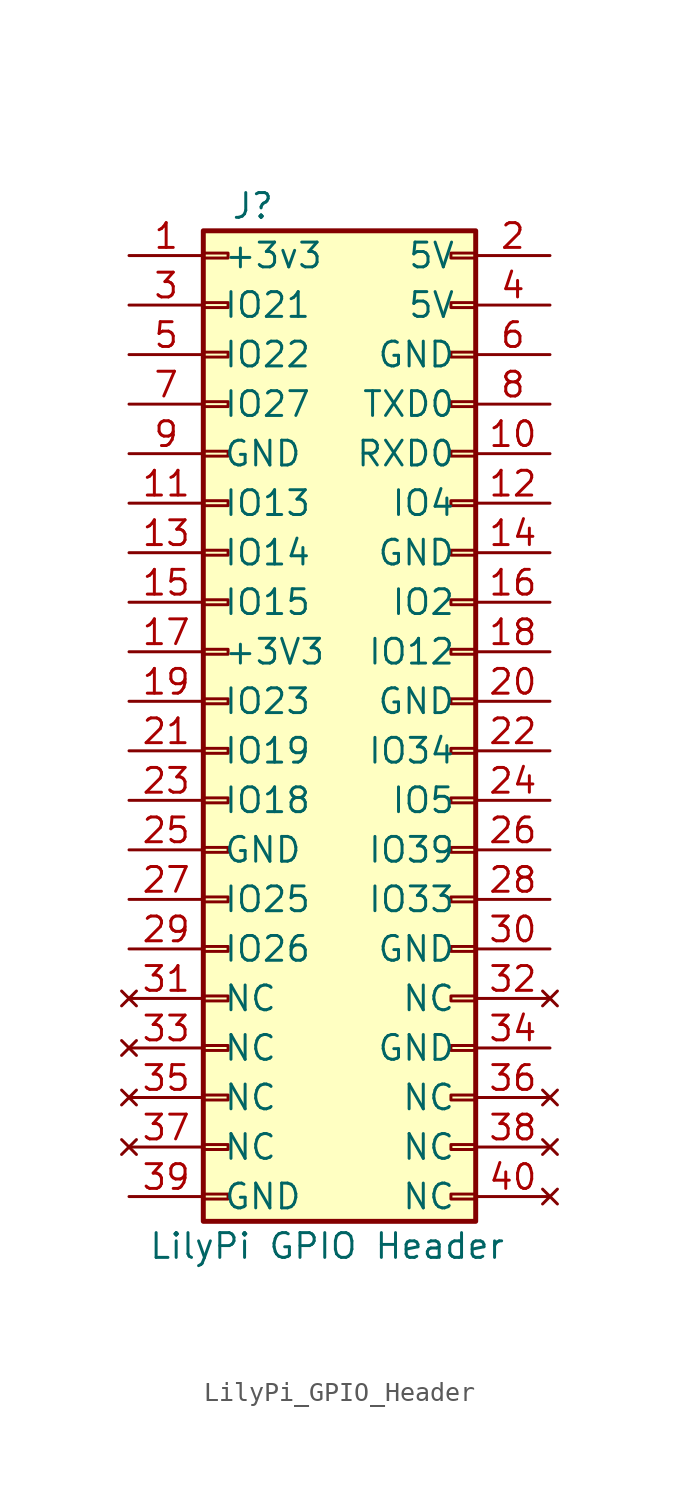
<source format=kicad_sym>
(kicad_symbol_lib
  (version 20220914)
  (generator kicad_symbol_editor)
  (symbol "LilyPi_GPIO_Header"
    (pin_names
      (offset 1.016))
    (property "Reference" "J"
      (at 1.27 25.4 0)
      (effects (font (size 1.27 1.27))))
    (property "Value" "LilyPi GPIO Header"
      (at 5.08 -27.94 0)
      (effects (font (size 1.27 1.27))))
    (symbol "LilyPi_GPIO_Header_1_1"
      (rectangle (start -1.27 -25.273) (end 0 -25.527) (stroke (width 0.152) (type default)) (fill (type none)))
      (rectangle (start -1.27 -22.733) (end 0 -22.987) (stroke (width 0.152) (type default)) (fill (type none)))
      (rectangle (start -1.27 -20.193) (end 0 -20.447) (stroke (width 0.152) (type default)) (fill (type none)))
      (rectangle (start -1.27 -17.653) (end 0 -17.907) (stroke (width 0.152) (type default)) (fill (type none)))
      (rectangle (start -1.27 -15.113) (end 0 -15.367) (stroke (width 0.152) (type default)) (fill (type none)))
      (rectangle (start -1.27 -12.573) (end 0 -12.827) (stroke (width 0.152) (type default)) (fill (type none)))
      (rectangle (start -1.27 -10.033) (end 0 -10.287) (stroke (width 0.152) (type default)) (fill (type none)))
      (rectangle (start -1.27 -7.493) (end 0 -7.747) (stroke (width 0.152) (type default)) (fill (type none)))
      (rectangle (start -1.27 -4.953) (end 0 -5.207) (stroke (width 0.152) (type default)) (fill (type none)))
      (rectangle (start -1.27 -2.413) (end 0 -2.667) (stroke (width 0.152) (type default)) (fill (type none)))
      (rectangle (start -1.27 0.127) (end 0 -0.127) (stroke (width 0.152) (type default)) (fill (type none)))
      (rectangle (start -1.27 2.667) (end 0 2.413) (stroke (width 0.152) (type default)) (fill (type none)))
      (rectangle (start -1.27 5.207) (end 0 4.953) (stroke (width 0.152) (type default)) (fill (type none)))
      (rectangle (start -1.27 7.747) (end 0 7.493) (stroke (width 0.152) (type default)) (fill (type none)))
      (rectangle (start -1.27 10.287) (end 0 10.033) (stroke (width 0.152) (type default)) (fill (type none)))
      (rectangle (start -1.27 12.827) (end 0 12.573) (stroke (width 0.152) (type default)) (fill (type none)))
      (rectangle (start -1.27 15.367) (end 0 15.113) (stroke (width 0.152) (type default)) (fill (type none)))
      (rectangle (start -1.27 17.907) (end 0 17.653) (stroke (width 0.152) (type default)) (fill (type none)))
      (rectangle (start -1.27 20.447) (end 0 20.193) (stroke (width 0.152) (type default)) (fill (type none)))
      (rectangle (start -1.27 22.987) (end 0 22.733) (stroke (width 0.152) (type default)) (fill (type none)))
      (rectangle (start -1.27 24.13) (end 12.7 -26.67) (stroke (width 0.254) (type default)) (fill (type background)))
      (rectangle (start 12.7 -25.273) (end 11.43 -25.527) (stroke (width 0.152) (type default)) (fill (type none)))
      (rectangle (start 12.7 -22.733) (end 11.43 -22.987) (stroke (width 0.152) (type default)) (fill (type none)))
      (rectangle (start 12.7 -20.193) (end 11.43 -20.447) (stroke (width 0.152) (type default)) (fill (type none)))
      (rectangle (start 12.7 -17.653) (end 11.43 -17.907) (stroke (width 0.152) (type default)) (fill (type none)))
      (rectangle (start 12.7 -15.113) (end 11.43 -15.367) (stroke (width 0.152) (type default)) (fill (type none)))
      (rectangle (start 12.7 -12.573) (end 11.43 -12.827) (stroke (width 0.152) (type default)) (fill (type none)))
      (rectangle (start 12.7 -10.033) (end 11.43 -10.287) (stroke (width 0.152) (type default)) (fill (type none)))
      (rectangle (start 12.7 -7.493) (end 11.43 -7.747) (stroke (width 0.152) (type default)) (fill (type none)))
      (rectangle (start 12.7 -4.953) (end 11.43 -5.207) (stroke (width 0.152) (type default)) (fill (type none)))
      (rectangle (start 12.7 -2.413) (end 11.43 -2.667) (stroke (width 0.152) (type default)) (fill (type none)))
      (rectangle (start 12.7 0.127) (end 11.43 -0.127) (stroke (width 0.152) (type default)) (fill (type none)))
      (rectangle (start 12.7 2.667) (end 11.43 2.413) (stroke (width 0.152) (type default)) (fill (type none)))
      (rectangle (start 12.7 5.207) (end 11.43 4.953) (stroke (width 0.152) (type default)) (fill (type none)))
      (rectangle (start 12.7 7.747) (end 11.43 7.493) (stroke (width 0.152) (type default)) (fill (type none)))
      (rectangle (start 12.7 10.287) (end 11.43 10.033) (stroke (width 0.152) (type default)) (fill (type none)))
      (rectangle (start 12.7 12.827) (end 11.43 12.573) (stroke (width 0.152) (type default)) (fill (type none)))
      (rectangle (start 12.7 15.367) (end 11.43 15.113) (stroke (width 0.152) (type default)) (fill (type none)))
      (rectangle (start 12.7 17.907) (end 11.43 17.653) (stroke (width 0.152) (type default)) (fill (type none)))
      (rectangle (start 12.7 20.447) (end 11.43 20.193) (stroke (width 0.152) (type default)) (fill (type none)))
      (rectangle (start 12.7 22.987) (end 11.43 22.733) (stroke (width 0.152) (type default)) (fill (type none)))
      (pin power_out line (at -5.08 22.86 0) (length 3.81) (name "+3v3" (effects (font (size 1.27 1.27)))) (number "1" (effects (font (size 1.27 1.27)))))
      (pin bidirectional line (at 16.51 12.7 180) (length 3.81) (name "RXD0" (effects (font (size 1.27 1.27)))) (number "10" (effects (font (size 1.27 1.27)))))
      (pin bidirectional line (at -5.08 10.16 0) (length 3.81) (name "IO13" (effects (font (size 1.27 1.27)))) (number "11" (effects (font (size 1.27 1.27)))))
      (pin bidirectional line (at 16.51 10.16 180) (length 3.81) (name "IO4" (effects (font (size 1.27 1.27)))) (number "12" (effects (font (size 1.27 1.27)))))
      (pin bidirectional line (at -5.08 7.62 0) (length 3.81) (name "IO14" (effects (font (size 1.27 1.27)))) (number "13" (effects (font (size 1.27 1.27)))))
      (pin passive line (at 16.51 7.62 180) (length 3.81) (name "GND" (effects (font (size 1.27 1.27)))) (number "14" (effects (font (size 1.27 1.27)))))
      (pin bidirectional line (at -5.08 5.08 0) (length 3.81) (name "IO15" (effects (font (size 1.27 1.27)))) (number "15" (effects (font (size 1.27 1.27)))))
      (pin bidirectional line (at 16.51 5.08 180) (length 3.81) (name "IO2" (effects (font (size 1.27 1.27)))) (number "16" (effects (font (size 1.27 1.27)))))
      (pin power_out line (at -5.08 2.54 0) (length 3.81) (name "+3V3" (effects (font (size 1.27 1.27)))) (number "17" (effects (font (size 1.27 1.27)))))
      (pin bidirectional line (at 16.51 2.54 180) (length 3.81) (name "IO12" (effects (font (size 1.27 1.27)))) (number "18" (effects (font (size 1.27 1.27)))))
      (pin bidirectional line (at -5.08 0 0) (length 3.81) (name "IO23" (effects (font (size 1.27 1.27)))) (number "19" (effects (font (size 1.27 1.27)))))
      (pin power_out line (at 16.51 22.86 180) (length 3.81) (name "5V" (effects (font (size 1.27 1.27)))) (number "2" (effects (font (size 1.27 1.27)))))
      (pin passive line (at 16.51 0 180) (length 3.81) (name "GND" (effects (font (size 1.27 1.27)))) (number "20" (effects (font (size 1.27 1.27)))))
      (pin bidirectional line (at -5.08 -2.54 0) (length 3.81) (name "IO19" (effects (font (size 1.27 1.27)))) (number "21" (effects (font (size 1.27 1.27)))))
      (pin bidirectional line (at 16.51 -2.54 180) (length 3.81) (name "IO34" (effects (font (size 1.27 1.27)))) (number "22" (effects (font (size 1.27 1.27)))))
      (pin bidirectional line (at -5.08 -5.08 0) (length 3.81) (name "IO18" (effects (font (size 1.27 1.27)))) (number "23" (effects (font (size 1.27 1.27)))))
      (pin bidirectional line (at 16.51 -5.08 180) (length 3.81) (name "IO5" (effects (font (size 1.27 1.27)))) (number "24" (effects (font (size 1.27 1.27)))))
      (pin passive line (at -5.08 -7.62 0) (length 3.81) (name "GND" (effects (font (size 1.27 1.27)))) (number "25" (effects (font (size 1.27 1.27)))))
      (pin bidirectional line (at 16.51 -7.62 180) (length 3.81) (name "IO39" (effects (font (size 1.27 1.27)))) (number "26" (effects (font (size 1.27 1.27)))))
      (pin bidirectional line (at -5.08 -10.16 0) (length 3.81) (name "IO25" (effects (font (size 1.27 1.27)))) (number "27" (effects (font (size 1.27 1.27)))))
      (pin bidirectional line (at 16.51 -10.16 180) (length 3.81) (name "IO33" (effects (font (size 1.27 1.27)))) (number "28" (effects (font (size 1.27 1.27)))))
      (pin bidirectional line (at -5.08 -12.7 0) (length 3.81) (name "IO26" (effects (font (size 1.27 1.27)))) (number "29" (effects (font (size 1.27 1.27)))))
      (pin bidirectional line (at -5.08 20.32 0) (length 3.81) (name "IO21" (effects (font (size 1.27 1.27)))) (number "3" (effects (font (size 1.27 1.27)))))
      (pin passive line (at 16.51 -12.7 180) (length 3.81) (name "GND" (effects (font (size 1.27 1.27)))) (number "30" (effects (font (size 1.27 1.27)))))
      (pin no_connect line (at -5.08 -15.24 0) (length 3.81) (name "NC" (effects (font (size 1.27 1.27)))) (number "31" (effects (font (size 1.27 1.27)))))
      (pin no_connect line (at 16.51 -15.24 180) (length 3.81) (name "NC" (effects (font (size 1.27 1.27)))) (number "32" (effects (font (size 1.27 1.27)))))
      (pin no_connect line (at -5.08 -17.78 0) (length 3.81) (name "NC" (effects (font (size 1.27 1.27)))) (number "33" (effects (font (size 1.27 1.27)))))
      (pin passive line (at 16.51 -17.78 180) (length 3.81) (name "GND" (effects (font (size 1.27 1.27)))) (number "34" (effects (font (size 1.27 1.27)))))
      (pin no_connect line (at -5.08 -20.32 0) (length 3.81) (name "NC" (effects (font (size 1.27 1.27)))) (number "35" (effects (font (size 1.27 1.27)))))
      (pin no_connect line (at 16.51 -20.32 180) (length 3.81) (name "NC" (effects (font (size 1.27 1.27)))) (number "36" (effects (font (size 1.27 1.27)))))
      (pin no_connect line (at -5.08 -22.86 0) (length 3.81) (name "NC" (effects (font (size 1.27 1.27)))) (number "37" (effects (font (size 1.27 1.27)))))
      (pin no_connect line (at 16.51 -22.86 180) (length 3.81) (name "NC" (effects (font (size 1.27 1.27)))) (number "38" (effects (font (size 1.27 1.27)))))
      (pin passive line (at -5.08 -25.4 0) (length 3.81) (name "GND" (effects (font (size 1.27 1.27)))) (number "39" (effects (font (size 1.27 1.27)))))
      (pin power_out line (at 16.51 20.32 180) (length 3.81) (name "5V" (effects (font (size 1.27 1.27)))) (number "4" (effects (font (size 1.27 1.27)))))
      (pin no_connect line (at 16.51 -25.4 180) (length 3.81) (name "NC" (effects (font (size 1.27 1.27)))) (number "40" (effects (font (size 1.27 1.27)))))
      (pin bidirectional line (at -5.08 17.78 0) (length 3.81) (name "IO22" (effects (font (size 1.27 1.27)))) (number "5" (effects (font (size 1.27 1.27)))))
      (pin passive line (at 16.51 17.78 180) (length 3.81) (name "GND" (effects (font (size 1.27 1.27)))) (number "6" (effects (font (size 1.27 1.27)))))
      (pin bidirectional line (at -5.08 15.24 0) (length 3.81) (name "IO27" (effects (font (size 1.27 1.27)))) (number "7" (effects (font (size 1.27 1.27)))))
      (pin bidirectional line (at 16.51 15.24 180) (length 3.81) (name "TXD0" (effects (font (size 1.27 1.27)))) (number "8" (effects (font (size 1.27 1.27)))))
      (pin passive line (at -5.08 12.7 0) (length 3.81) (name "GND" (effects (font (size 1.27 1.27)))) (number "9" (effects (font (size 1.27 1.27))))))))
</source>
